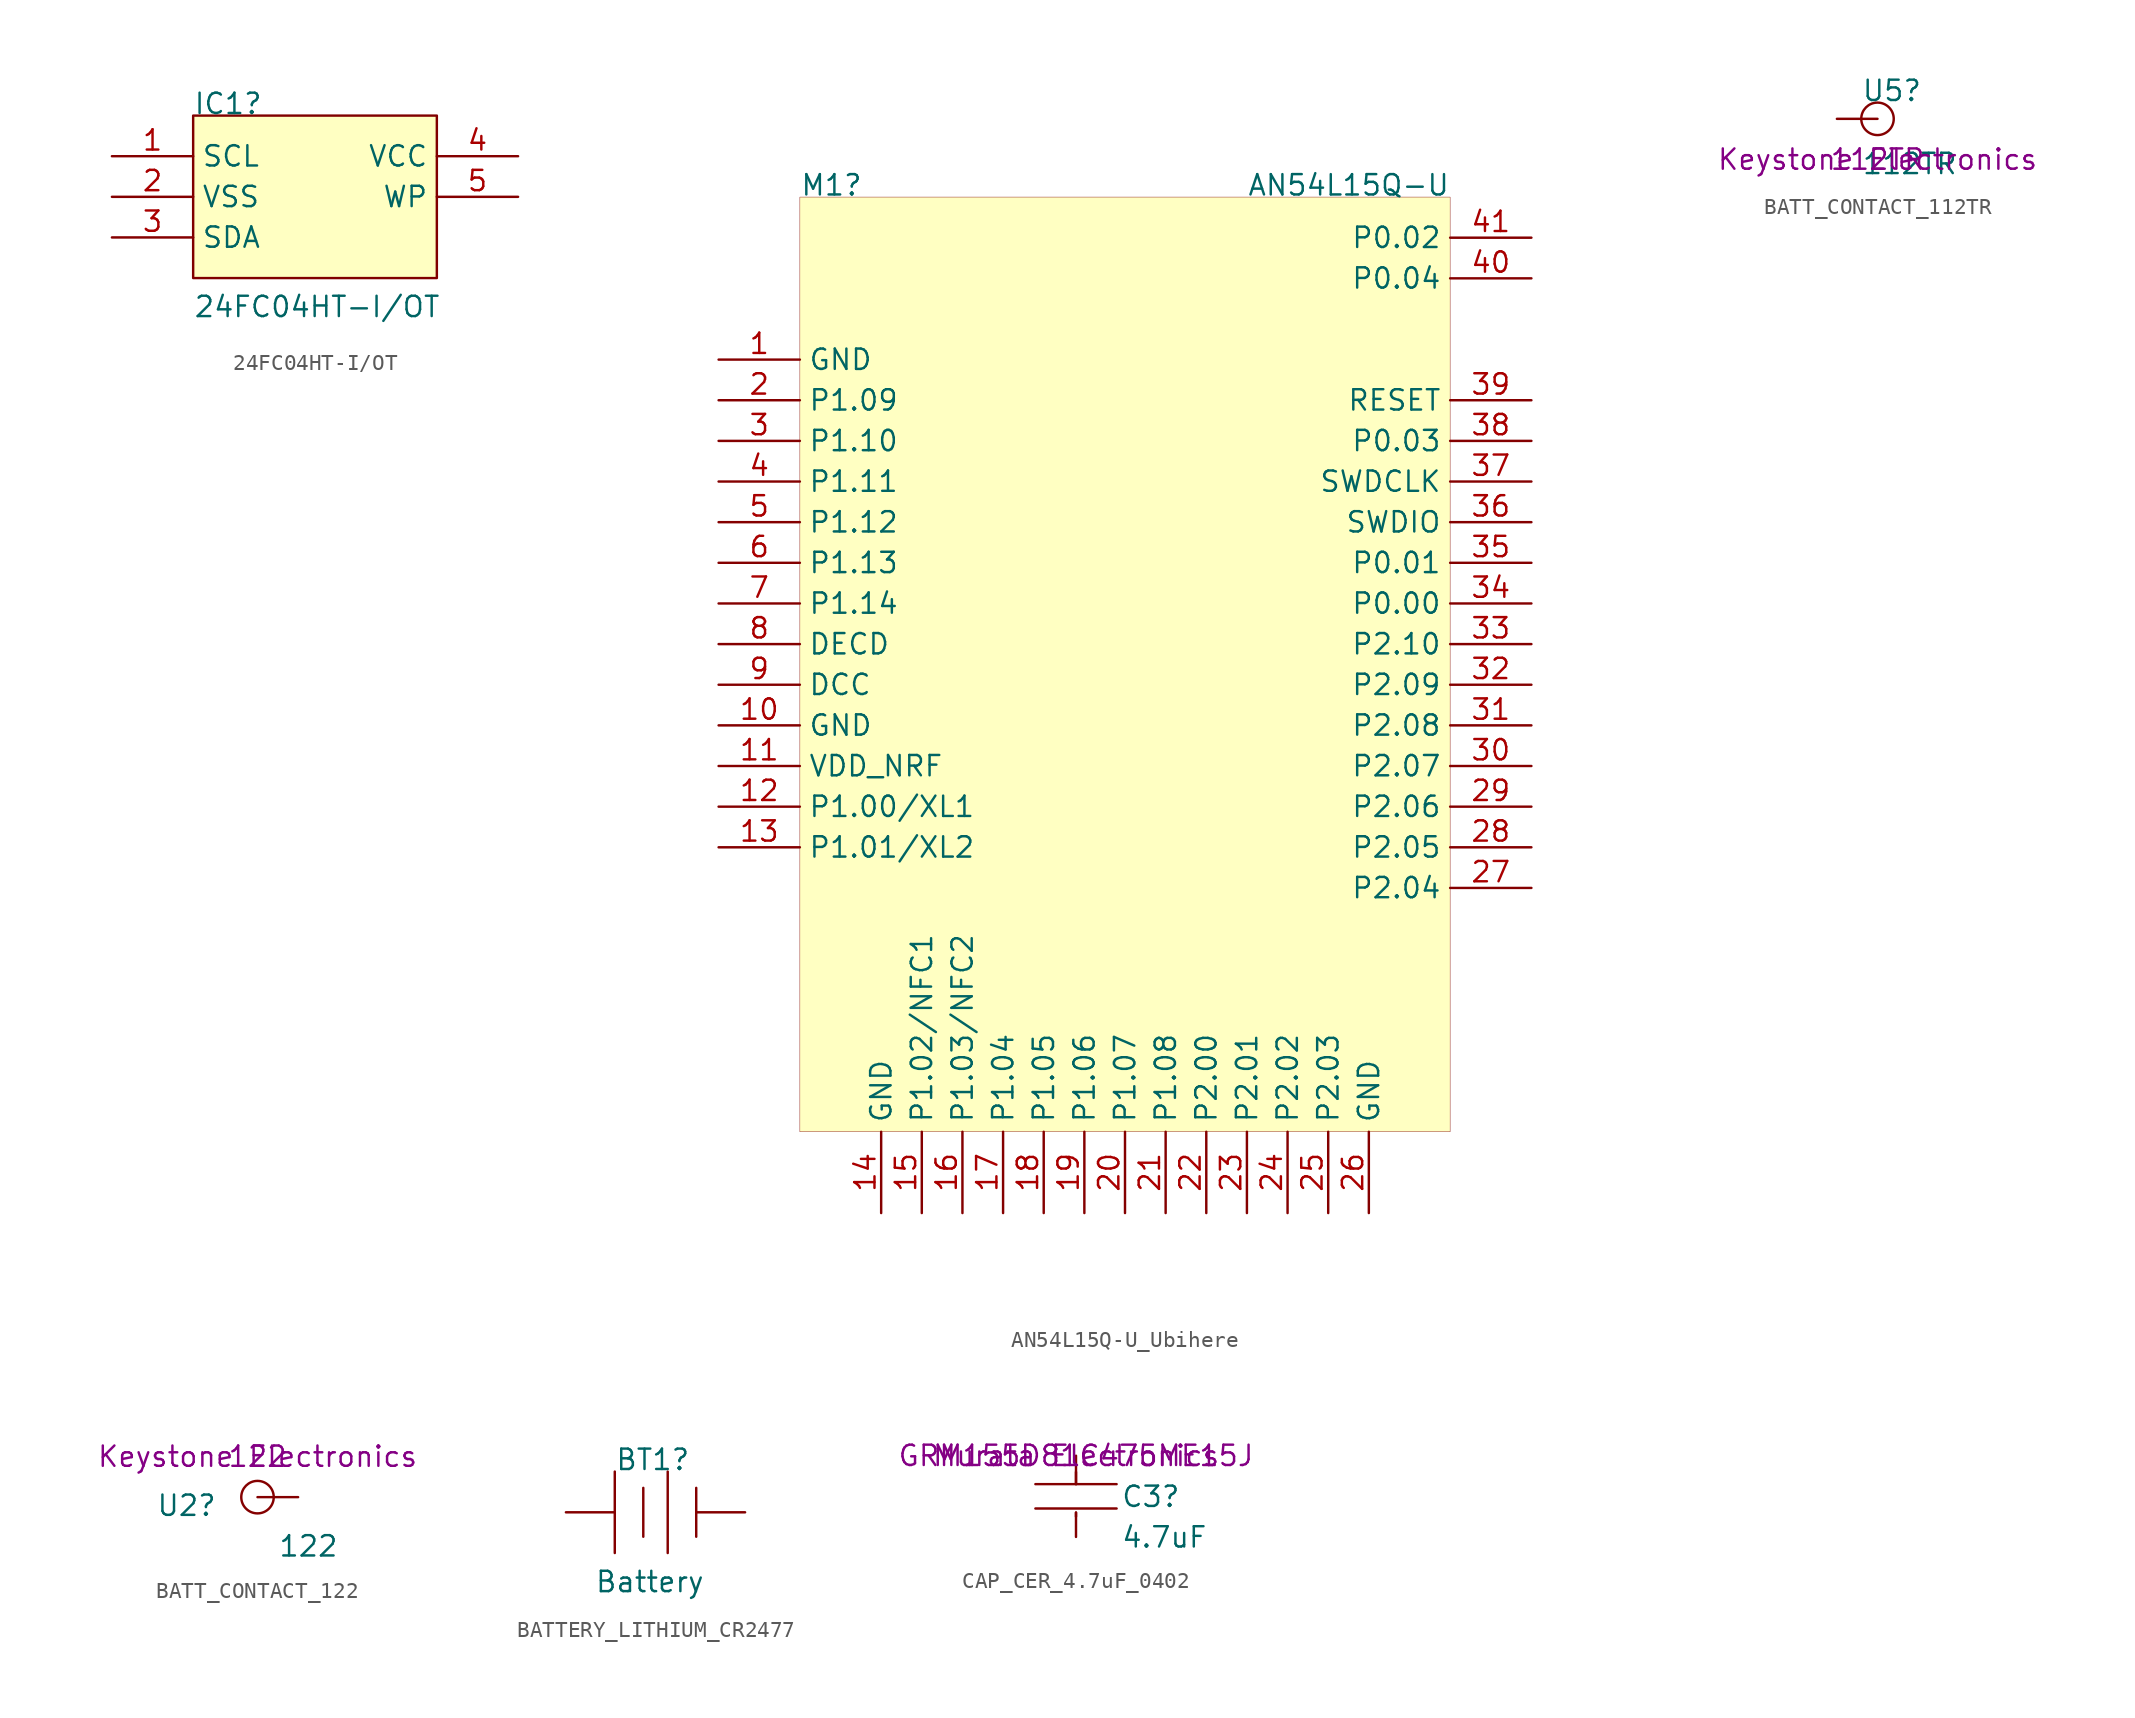
<source format=kicad_sym>
(kicad_symbol_lib
  (version 20241209)
  (generator "kicad_symbol_editor")
  (generator_version "9.0")
  (symbol "24FC04HT-I/OT"
    (property "Reference" "IC1"
      (at 5.08 2.54 0)
      (effects (font (size 1.27 1.27)) (justify left bottom)))
    (property "Value" "24FC04HT-I/OT"
      (at 5.08 -10.16 0)
      (effects (font (size 1.27 1.27)) (justify left bottom)))
    (symbol "24FC04HT-I/OT_1_0"
      (rectangle (start 20.32 2.54) (end 5.08 -7.62) (stroke (width 0) (type solid) (color 128 0 0 1)) (fill (type background)))
      (pin passive line (at 0 0 0) (length 5.08) (name "SCL" (effects (font (size 1.27 1.27)))) (number "1" (effects (font (size 1.27 1.27)))))
      (pin passive line (at 0 -2.54 0) (length 5.08) (name "VSS" (effects (font (size 1.27 1.27)))) (number "2" (effects (font (size 1.27 1.27)))))
      (pin passive line (at 0 -5.08 0) (length 5.08) (name "SDA" (effects (font (size 1.27 1.27)))) (number "3" (effects (font (size 1.27 1.27)))))
      (pin passive line (at 25.4 0 180) (length 5.08) (name "VCC" (effects (font (size 1.27 1.27)))) (number "4" (effects (font (size 1.27 1.27)))))
      (pin passive line (at 25.4 -2.54 180) (length 5.08) (name "WP" (effects (font (size 1.27 1.27)))) (number "5" (effects (font (size 1.27 1.27)))))))
  (symbol "AN54L15Q-U_Ubihere"
    (property "Reference" "M1"
      (at -20.32 27.94 0)
      (effects (font (size 1.27 1.27)) (justify left bottom)))
    (property "Value" "AN54L15Q-U"
      (at 7.62 27.94 0)
      (effects (font (size 1.27 1.27)) (justify left bottom)))
    (symbol "AN54L15Q-U_Ubihere_1_0"
      (rectangle (start 20.32 27.94) (end -20.32 -30.48) (stroke (width 0.025) (type solid) (color 128 0 0 1)) (fill (type background)))
      (pin passive line (at -25.4 17.78 0) (length 5.08) (name "GND" (effects (font (size 1.27 1.27)))) (number "1" (effects (font (size 1.27 1.27)))))
      (pin passive line (at -25.4 15.24 0) (length 5.08) (name "P1.09" (effects (font (size 1.27 1.27)))) (number "2" (effects (font (size 1.27 1.27)))))
      (pin passive line (at -25.4 12.7 0) (length 5.08) (name "P1.10" (effects (font (size 1.27 1.27)))) (number "3" (effects (font (size 1.27 1.27)))))
      (pin passive line (at -25.4 10.16 0) (length 5.08) (name "P1.11" (effects (font (size 1.27 1.27)))) (number "4" (effects (font (size 1.27 1.27)))))
      (pin passive line (at -25.4 7.62 0) (length 5.08) (name "P1.12" (effects (font (size 1.27 1.27)))) (number "5" (effects (font (size 1.27 1.27)))))
      (pin passive line (at -25.4 5.08 0) (length 5.08) (name "P1.13" (effects (font (size 1.27 1.27)))) (number "6" (effects (font (size 1.27 1.27)))))
      (pin passive line (at -25.4 2.54 0) (length 5.08) (name "P1.14" (effects (font (size 1.27 1.27)))) (number "7" (effects (font (size 1.27 1.27)))))
      (pin passive line (at -25.4 0 0) (length 5.08) (name "DECD" (effects (font (size 1.27 1.27)))) (number "8" (effects (font (size 1.27 1.27)))))
      (pin passive line (at -25.4 -2.54 0) (length 5.08) (name "DCC" (effects (font (size 1.27 1.27)))) (number "9" (effects (font (size 1.27 1.27)))))
      (pin passive line (at -25.4 -5.08 0) (length 5.08) (name "GND" (effects (font (size 1.27 1.27)))) (number "10" (effects (font (size 1.27 1.27)))))
      (pin passive line (at -25.4 -7.62 0) (length 5.08) (name "VDD_NRF" (effects (font (size 1.27 1.27)))) (number "11" (effects (font (size 1.27 1.27)))))
      (pin passive line (at -25.4 -10.16 0) (length 5.08) (name "P1.00/XL1" (effects (font (size 1.27 1.27)))) (number "12" (effects (font (size 1.27 1.27)))))
      (pin passive line (at -25.4 -12.7 0) (length 5.08) (name "P1.01/XL2" (effects (font (size 1.27 1.27)))) (number "13" (effects (font (size 1.27 1.27)))))
      (pin passive line (at -15.24 -35.56 90) (length 5.08) (name "GND" (effects (font (size 1.27 1.27)))) (number "14" (effects (font (size 1.27 1.27)))))
      (pin passive line (at -12.7 -35.56 90) (length 5.08) (name "P1.02/NFC1" (effects (font (size 1.27 1.27)))) (number "15" (effects (font (size 1.27 1.27)))))
      (pin passive line (at -10.16 -35.56 90) (length 5.08) (name "P1.03/NFC2" (effects (font (size 1.27 1.27)))) (number "16" (effects (font (size 1.27 1.27)))))
      (pin passive line (at -7.62 -35.56 90) (length 5.08) (name "P1.04" (effects (font (size 1.27 1.27)))) (number "17" (effects (font (size 1.27 1.27)))))
      (pin passive line (at -5.08 -35.56 90) (length 5.08) (name "P1.05" (effects (font (size 1.27 1.27)))) (number "18" (effects (font (size 1.27 1.27)))))
      (pin passive line (at -2.54 -35.56 90) (length 5.08) (name "P1.06" (effects (font (size 1.27 1.27)))) (number "19" (effects (font (size 1.27 1.27)))))
      (pin passive line (at 0 -35.56 90) (length 5.08) (name "P1.07" (effects (font (size 1.27 1.27)))) (number "20" (effects (font (size 1.27 1.27)))))
      (pin passive line (at 2.54 -35.56 90) (length 5.08) (name "P1.08" (effects (font (size 1.27 1.27)))) (number "21" (effects (font (size 1.27 1.27)))))
      (pin passive line (at 5.08 -35.56 90) (length 5.08) (name "P2.00" (effects (font (size 1.27 1.27)))) (number "22" (effects (font (size 1.27 1.27)))))
      (pin passive line (at 7.62 -35.56 90) (length 5.08) (name "P2.01" (effects (font (size 1.27 1.27)))) (number "23" (effects (font (size 1.27 1.27)))))
      (pin passive line (at 10.16 -35.56 90) (length 5.08) (name "P2.02" (effects (font (size 1.27 1.27)))) (number "24" (effects (font (size 1.27 1.27)))))
      (pin passive line (at 12.7 -35.56 90) (length 5.08) (name "P2.03" (effects (font (size 1.27 1.27)))) (number "25" (effects (font (size 1.27 1.27)))))
      (pin passive line (at 15.24 -35.56 90) (length 5.08) (name "GND" (effects (font (size 1.27 1.27)))) (number "26" (effects (font (size 1.27 1.27)))))
      (pin passive line (at 25.4 25.4 180) (length 5.08) (name "P0.02" (effects (font (size 1.27 1.27)))) (number "41" (effects (font (size 1.27 1.27)))))
      (pin passive line (at 25.4 22.86 180) (length 5.08) (name "P0.04" (effects (font (size 1.27 1.27)))) (number "40" (effects (font (size 1.27 1.27)))))
      (pin passive line (at 25.4 15.24 180) (length 5.08) (name "RESET" (effects (font (size 1.27 1.27)))) (number "39" (effects (font (size 1.27 1.27)))))
      (pin passive line (at 25.4 12.7 180) (length 5.08) (name "P0.03" (effects (font (size 1.27 1.27)))) (number "38" (effects (font (size 1.27 1.27)))))
      (pin passive line (at 25.4 10.16 180) (length 5.08) (name "SWDCLK" (effects (font (size 1.27 1.27)))) (number "37" (effects (font (size 1.27 1.27)))))
      (pin passive line (at 25.4 7.62 180) (length 5.08) (name "SWDIO" (effects (font (size 1.27 1.27)))) (number "36" (effects (font (size 1.27 1.27)))))
      (pin passive line (at 25.4 5.08 180) (length 5.08) (name "P0.01" (effects (font (size 1.27 1.27)))) (number "35" (effects (font (size 1.27 1.27)))))
      (pin passive line (at 25.4 2.54 180) (length 5.08) (name "P0.00" (effects (font (size 1.27 1.27)))) (number "34" (effects (font (size 1.27 1.27)))))
      (pin passive line (at 25.4 0 180) (length 5.08) (name "P2.10" (effects (font (size 1.27 1.27)))) (number "33" (effects (font (size 1.27 1.27)))))
      (pin passive line (at 25.4 -2.54 180) (length 5.08) (name "P2.09" (effects (font (size 1.27 1.27)))) (number "32" (effects (font (size 1.27 1.27)))))
      (pin passive line (at 25.4 -5.08 180) (length 5.08) (name "P2.08" (effects (font (size 1.27 1.27)))) (number "31" (effects (font (size 1.27 1.27)))))
      (pin passive line (at 25.4 -7.62 180) (length 5.08) (name "P2.07" (effects (font (size 1.27 1.27)))) (number "30" (effects (font (size 1.27 1.27)))))
      (pin passive line (at 25.4 -10.16 180) (length 5.08) (name "P2.06" (effects (font (size 1.27 1.27)))) (number "29" (effects (font (size 1.27 1.27)))))
      (pin passive line (at 25.4 -12.7 180) (length 5.08) (name "P2.05" (effects (font (size 1.27 1.27)))) (number "28" (effects (font (size 1.27 1.27)))))
      (pin passive line (at 25.4 -15.24 180) (length 5.08) (name "P2.04" (effects (font (size 1.27 1.27)))) (number "27" (effects (font (size 1.27 1.27)))))))
  (symbol "BATT_CONTACT_112TR"
    (pin_numbers
      (hide yes))
    (pin_names
      (hide yes))
    (property "Reference" "U5"
      (at -1.016 3.556 0)
      (effects (font (size 1.27 1.27)) (justify left bottom)))
    (property "Value" "112TR"
      (at -1.016 -1.016 0)
      (effects (font (size 1.27 1.27)) (justify left bottom)))
    (property "MANUFACTURER" "Keystone Electronics"
      (at 0 0 0)
      (effects (font (size 1.27 1.27))))
    (property "MANUFACTURER PN" "112TR"
      (at 0 0 0)
      (effects (font (size 1.27 1.27))))
    (symbol "BATT_CONTACT_112TR_1_0"
      (circle (center 0 2.54) (radius 1.016) (stroke (width 0) (type solid)) (fill (type color) (color 255 255 255 1)))
      (pin passive line (at -2.54 2.54 0) (length 2.54) (name "1" (effects (font (size 1.27 1.27)))) (number "1" (effects (font (size 1.27 1.27)))))))
  (symbol "BATT_CONTACT_122"
    (pin_numbers
      (hide yes))
    (pin_names
      (hide yes))
    (property "Reference" "U2"
      (at -6.35 -3.81 0)
      (effects (font (size 1.27 1.27)) (justify left bottom)))
    (property "Value" "122"
      (at 1.27 -6.35 0)
      (effects (font (size 1.27 1.27)) (justify left bottom)))
    (property "MANUFACTURER" "Keystone Electronics"
      (at 0 0 0)
      (effects (font (size 1.27 1.27))))
    (property "MANUFACTURER PN" "122"
      (at 0 0 0)
      (effects (font (size 1.27 1.27))))
    (symbol "BATT_CONTACT_122_1_0"
      (circle (center 0 -2.54) (radius 1.016) (stroke (width 0) (type solid)) (fill (type color) (color 255 255 255 1)))
      (pin passive line (at 2.54 -2.54 180) (length 2.54) (name "1" (effects (font (size 1.27 1.27)))) (number "1" (effects (font (size 1.27 1.27)))))))
  (symbol "BATTERY_LITHIUM_CR2477"
    (pin_numbers
      (hide yes))
    (pin_names
      (hide yes))
    (property "Reference" "BT1"
      (at 0 0 0)
      (effects (font (size 1.27 1.27)) (justify left bottom)))
    (property "Value" "Battery"
      (at -1.27 -7.62 0)
      (effects (font (size 1.27 1.27)) (justify left bottom)))
    (symbol "BATTERY_LITHIUM_CR2477_1_0"
      (polyline (pts (xy -3.048 -2.54) (xy 0 -2.54)) (stroke (width 0) (type solid)) (fill (type none)))
      (polyline (pts (xy 0 0) (xy 0 -5.08)) (stroke (width 0) (type solid)) (fill (type none)))
      (polyline (pts (xy 1.778 -1.016) (xy 1.778 -4.064)) (stroke (width 0) (type solid)) (fill (type none)))
      (polyline (pts (xy 3.302 0) (xy 3.302 -5.08)) (stroke (width 0) (type solid)) (fill (type none)))
      (polyline (pts (xy 5.08 -1.016) (xy 5.08 -4.064)) (stroke (width 0) (type solid)) (fill (type none)))
      (polyline (pts (xy 5.08 -2.54) (xy 8.128 -2.54)) (stroke (width 0) (type solid)) (fill (type none)))))
  (symbol "CAP_CER_4.7uF_0402"
    (pin_numbers
      (hide yes))
    (pin_names
      (hide yes))
    (property "Reference" "C3"
      (at 2.794 -3.302 0)
      (effects (font (size 1.27 1.27)) (justify left bottom)))
    (property "Value" "4.7uF"
      (at 2.794 -5.842 0)
      (effects (font (size 1.27 1.27)) (justify left bottom)))
    (property "MANUFACTURER" "Murata Electronics"
      (at 0 0 0)
      (effects (font (size 1.27 1.27))))
    (property "MANUFACTURER PN" "GRM155D81C475ME15J"
      (at 0 0 0)
      (effects (font (size 1.27 1.27))))
    (symbol "CAP_CER_4.7uF_0402_1_0"
      (polyline (pts (xy 0 -1.778) (xy 0 -1.016)) (stroke (width 0) (type solid)) (fill (type none)))
      (polyline (pts (xy 0 -3.556) (xy 0 -3.81)) (stroke (width 0) (type solid)) (fill (type none)))
      (polyline (pts (xy 2.54 -1.778) (xy -2.54 -1.778)) (stroke (width 0) (type solid)) (fill (type none)))
      (polyline (pts (xy 2.54 -3.302) (xy -2.54 -3.302)) (stroke (width 0) (type solid)) (fill (type none)))
      (pin passive line (at 0 0 270) (length 1.778) (name "1" (effects (font (size 1.27 1.27)))) (number "1" (effects (font (size 1.27 1.27)))))
      (pin passive line (at 0 -5.08 90) (length 1.524) (name "2" (effects (font (size 1.27 1.27)))) (number "2" (effects (font (size 1.27 1.27))))))))
</source>
